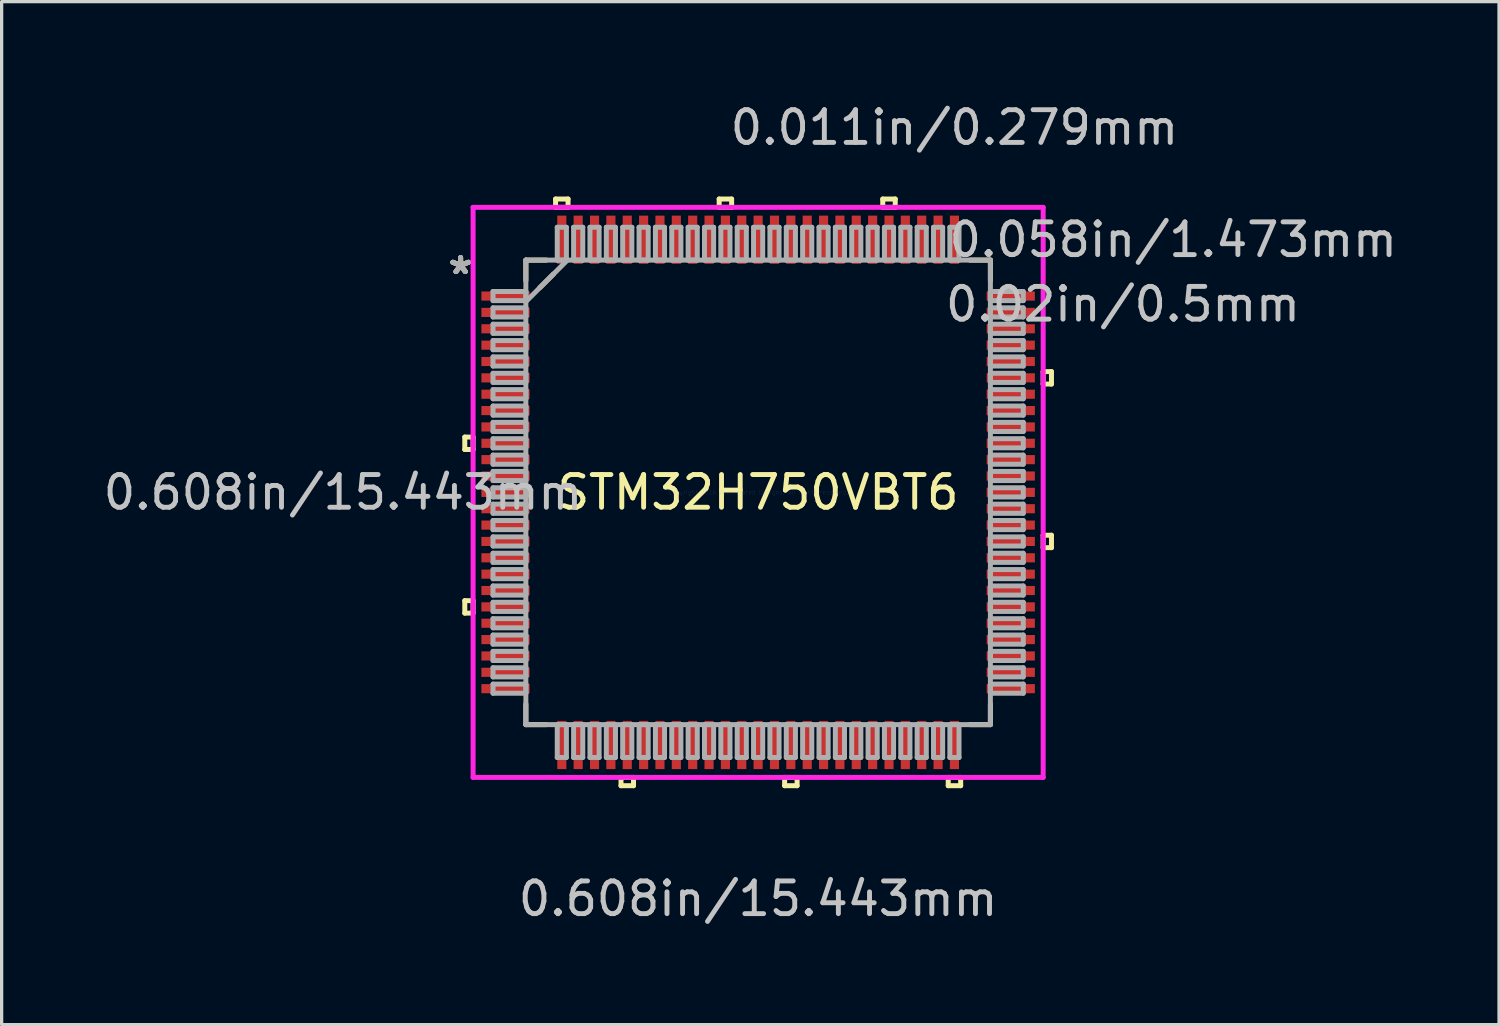
<source format=kicad_pcb>
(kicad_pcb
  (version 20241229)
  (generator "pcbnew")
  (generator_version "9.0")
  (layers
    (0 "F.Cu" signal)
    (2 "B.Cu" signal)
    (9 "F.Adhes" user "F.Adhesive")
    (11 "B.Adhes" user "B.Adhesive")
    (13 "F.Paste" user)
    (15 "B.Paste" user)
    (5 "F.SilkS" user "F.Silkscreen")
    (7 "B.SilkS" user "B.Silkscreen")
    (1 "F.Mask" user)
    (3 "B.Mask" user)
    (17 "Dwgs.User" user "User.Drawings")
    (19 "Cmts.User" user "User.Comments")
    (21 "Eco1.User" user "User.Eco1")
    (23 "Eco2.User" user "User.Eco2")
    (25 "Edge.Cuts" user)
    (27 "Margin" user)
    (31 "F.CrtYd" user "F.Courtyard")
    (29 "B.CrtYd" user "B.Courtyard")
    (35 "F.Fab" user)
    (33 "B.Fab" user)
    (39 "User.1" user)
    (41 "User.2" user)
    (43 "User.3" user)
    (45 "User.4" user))
  (footprint "STM32H750VBT6"
    (layer "F.Cu")
    (at 20.122 11.999)
    (property "Reference" "STM32H750VBT6" (at 0 0 0) (layer "F.SilkS") (effects (font (size 1 1) (thickness 0.15))))
    (attr through_hole)
    (fp_line (start -8.966 -1.69) (end -8.966 -1.31) (stroke (width 0.152) (type solid)) (layer "F.SilkS"))
    (fp_line (start -8.966 -1.31) (end -8.712 -1.31) (stroke (width 0.152) (type solid)) (layer "F.SilkS"))
    (fp_line (start -8.966 3.31) (end -8.966 3.691) (stroke (width 0.152) (type solid)) (layer "F.SilkS"))
    (fp_line (start -8.966 3.691) (end -8.712 3.691) (stroke (width 0.152) (type solid)) (layer "F.SilkS"))
    (fp_line (start -8.712 -1.69) (end -8.966 -1.69) (stroke (width 0.152) (type solid)) (layer "F.SilkS"))
    (fp_line (start -8.712 -1.31) (end -8.712 -1.69) (stroke (width 0.152) (type solid)) (layer "F.SilkS"))
    (fp_line (start -8.712 3.31) (end -8.966 3.31) (stroke (width 0.152) (type solid)) (layer "F.SilkS"))
    (fp_line (start -8.712 3.691) (end -8.712 3.31) (stroke (width 0.152) (type solid)) (layer "F.SilkS"))
    (fp_line (start -7.099 -7.099) (end -7.099 -6.472) (stroke (width 0.152) (type solid)) (layer "F.SilkS"))
    (fp_line (start -7.099 6.472) (end -7.099 7.099) (stroke (width 0.152) (type solid)) (layer "F.SilkS"))
    (fp_line (start -7.099 7.099) (end -6.472 7.099) (stroke (width 0.152) (type solid)) (layer "F.SilkS"))
    (fp_line (start -6.673 -6.256) (end -6.256 -6.673) (stroke (width 0.152) (type solid)) (layer "F.SilkS"))
    (fp_line (start -6.472 -7.099) (end -7.099 -7.099) (stroke (width 0.152) (type solid)) (layer "F.SilkS"))
    (fp_line (start -6.191 -8.966) (end -5.81 -8.966) (stroke (width 0.152) (type solid)) (layer "F.SilkS"))
    (fp_line (start -6.191 -8.712) (end -6.191 -8.966) (stroke (width 0.152) (type solid)) (layer "F.SilkS"))
    (fp_line (start -5.81 -8.966) (end -5.81 -8.712) (stroke (width 0.152) (type solid)) (layer "F.SilkS"))
    (fp_line (start -5.81 -8.712) (end -6.191 -8.712) (stroke (width 0.152) (type solid)) (layer "F.SilkS"))
    (fp_line (start -4.191 8.712) (end -4.191 8.966) (stroke (width 0.152) (type solid)) (layer "F.SilkS"))
    (fp_line (start -4.191 8.966) (end -3.809 8.966) (stroke (width 0.152) (type solid)) (layer "F.SilkS"))
    (fp_line (start -3.809 8.712) (end -4.191 8.712) (stroke (width 0.152) (type solid)) (layer "F.SilkS"))
    (fp_line (start -3.809 8.966) (end -3.809 8.712) (stroke (width 0.152) (type solid)) (layer "F.SilkS"))
    (fp_line (start -1.191 -8.966) (end -0.81 -8.966) (stroke (width 0.152) (type solid)) (layer "F.SilkS"))
    (fp_line (start -1.191 -8.712) (end -1.191 -8.966) (stroke (width 0.152) (type solid)) (layer "F.SilkS"))
    (fp_line (start -0.81 -8.966) (end -0.81 -8.712) (stroke (width 0.152) (type solid)) (layer "F.SilkS"))
    (fp_line (start -0.81 -8.712) (end -1.191 -8.712) (stroke (width 0.152) (type solid)) (layer "F.SilkS"))
    (fp_line (start 0.81 8.712) (end 0.81 8.966) (stroke (width 0.152) (type solid)) (layer "F.SilkS"))
    (fp_line (start 0.81 8.966) (end 1.191 8.966) (stroke (width 0.152) (type solid)) (layer "F.SilkS"))
    (fp_line (start 1.191 8.712) (end 0.81 8.712) (stroke (width 0.152) (type solid)) (layer "F.SilkS"))
    (fp_line (start 1.191 8.966) (end 1.191 8.712) (stroke (width 0.152) (type solid)) (layer "F.SilkS"))
    (fp_line (start 3.809 -8.966) (end 4.191 -8.966) (stroke (width 0.152) (type solid)) (layer "F.SilkS"))
    (fp_line (start 3.809 -8.712) (end 3.809 -8.966) (stroke (width 0.152) (type solid)) (layer "F.SilkS"))
    (fp_line (start 4.191 -8.966) (end 4.191 -8.712) (stroke (width 0.152) (type solid)) (layer "F.SilkS"))
    (fp_line (start 4.191 -8.712) (end 3.809 -8.712) (stroke (width 0.152) (type solid)) (layer "F.SilkS"))
    (fp_line (start 5.81 8.712) (end 5.81 8.966) (stroke (width 0.152) (type solid)) (layer "F.SilkS"))
    (fp_line (start 5.81 8.966) (end 6.191 8.966) (stroke (width 0.152) (type solid)) (layer "F.SilkS"))
    (fp_line (start 6.191 8.712) (end 5.81 8.712) (stroke (width 0.152) (type solid)) (layer "F.SilkS"))
    (fp_line (start 6.191 8.966) (end 6.191 8.712) (stroke (width 0.152) (type solid)) (layer "F.SilkS"))
    (fp_line (start 6.472 7.099) (end 7.099 7.099) (stroke (width 0.152) (type solid)) (layer "F.SilkS"))
    (fp_line (start 7.099 -7.099) (end 6.472 -7.099) (stroke (width 0.152) (type solid)) (layer "F.SilkS"))
    (fp_line (start 7.099 -6.472) (end 7.099 -7.099) (stroke (width 0.152) (type solid)) (layer "F.SilkS"))
    (fp_line (start 7.099 7.099) (end 7.099 6.472) (stroke (width 0.152) (type solid)) (layer "F.SilkS"))
    (fp_line (start 8.712 -3.691) (end 8.966 -3.691) (stroke (width 0.152) (type solid)) (layer "F.SilkS"))
    (fp_line (start 8.712 -3.31) (end 8.712 -3.691) (stroke (width 0.152) (type solid)) (layer "F.SilkS"))
    (fp_line (start 8.712 1.31) (end 8.966 1.31) (stroke (width 0.152) (type solid)) (layer "F.SilkS"))
    (fp_line (start 8.712 1.69) (end 8.712 1.31) (stroke (width 0.152) (type solid)) (layer "F.SilkS"))
    (fp_line (start 8.966 -3.691) (end 8.966 -3.31) (stroke (width 0.152) (type solid)) (layer "F.SilkS"))
    (fp_line (start 8.966 -3.31) (end 8.712 -3.31) (stroke (width 0.152) (type solid)) (layer "F.SilkS"))
    (fp_line (start 8.966 1.31) (end 8.966 1.69) (stroke (width 0.152) (type solid)) (layer "F.SilkS"))
    (fp_line (start 8.966 1.69) (end 8.712 1.69) (stroke (width 0.152) (type solid)) (layer "F.SilkS"))
    (fp_line (start -8.712 -8.712) (end 8.712 -8.712) (stroke (width 0.152) (type solid)) (layer "F.CrtYd"))
    (fp_line (start -8.712 8.712) (end -8.712 -8.712) (stroke (width 0.152) (type solid)) (layer "F.CrtYd"))
    (fp_line (start 8.712 -8.712) (end 8.712 8.712) (stroke (width 0.152) (type solid)) (layer "F.CrtYd"))
    (fp_line (start 8.712 8.712) (end -8.712 8.712) (stroke (width 0.152) (type solid)) (layer "F.CrtYd"))
    (fp_line (start -8.103 -6.14) (end -8.103 -5.86) (stroke (width 0.152) (type solid)) (layer "F.Fab"))
    (fp_line (start -8.103 -5.86) (end -7.099 -5.86) (stroke (width 0.152) (type solid)) (layer "F.Fab"))
    (fp_line (start -8.103 -5.64) (end -8.103 -5.36) (stroke (width 0.152) (type solid)) (layer "F.Fab"))
    (fp_line (start -8.103 -5.36) (end -7.099 -5.36) (stroke (width 0.152) (type solid)) (layer "F.Fab"))
    (fp_line (start -8.103 -5.14) (end -8.103 -4.86) (stroke (width 0.152) (type solid)) (layer "F.Fab"))
    (fp_line (start -8.103 -4.86) (end -7.099 -4.86) (stroke (width 0.152) (type solid)) (layer "F.Fab"))
    (fp_line (start -8.103 -4.64) (end -8.103 -4.36) (stroke (width 0.152) (type solid)) (layer "F.Fab"))
    (fp_line (start -8.103 -4.36) (end -7.099 -4.36) (stroke (width 0.152) (type solid)) (layer "F.Fab"))
    (fp_line (start -8.103 -4.14) (end -8.103 -3.86) (stroke (width 0.152) (type solid)) (layer "F.Fab"))
    (fp_line (start -8.103 -3.86) (end -7.099 -3.86) (stroke (width 0.152) (type solid)) (layer "F.Fab"))
    (fp_line (start -8.103 -3.64) (end -8.103 -3.36) (stroke (width 0.152) (type solid)) (layer "F.Fab"))
    (fp_line (start -8.103 -3.36) (end -7.099 -3.36) (stroke (width 0.152) (type solid)) (layer "F.Fab"))
    (fp_line (start -8.103 -3.14) (end -8.103 -2.86) (stroke (width 0.152) (type solid)) (layer "F.Fab"))
    (fp_line (start -8.103 -2.86) (end -7.099 -2.86) (stroke (width 0.152) (type solid)) (layer "F.Fab"))
    (fp_line (start -8.103 -2.64) (end -8.103 -2.36) (stroke (width 0.152) (type solid)) (layer "F.Fab"))
    (fp_line (start -8.103 -2.36) (end -7.099 -2.36) (stroke (width 0.152) (type solid)) (layer "F.Fab"))
    (fp_line (start -8.103 -2.14) (end -8.103 -1.86) (stroke (width 0.152) (type solid)) (layer "F.Fab"))
    (fp_line (start -8.103 -1.86) (end -7.099 -1.86) (stroke (width 0.152) (type solid)) (layer "F.Fab"))
    (fp_line (start -8.103 -1.64) (end -8.103 -1.36) (stroke (width 0.152) (type solid)) (layer "F.Fab"))
    (fp_line (start -8.103 -1.36) (end -7.099 -1.36) (stroke (width 0.152) (type solid)) (layer "F.Fab"))
    (fp_line (start -8.103 -1.14) (end -8.103 -0.86) (stroke (width 0.152) (type solid)) (layer "F.Fab"))
    (fp_line (start -8.103 -0.86) (end -7.099 -0.86) (stroke (width 0.152) (type solid)) (layer "F.Fab"))
    (fp_line (start -8.103 -0.64) (end -8.103 -0.36) (stroke (width 0.152) (type solid)) (layer "F.Fab"))
    (fp_line (start -8.103 -0.36) (end -7.099 -0.36) (stroke (width 0.152) (type solid)) (layer "F.Fab"))
    (fp_line (start -8.103 -0.14) (end -8.103 0.14) (stroke (width 0.152) (type solid)) (layer "F.Fab"))
    (fp_line (start -8.103 0.14) (end -7.099 0.14) (stroke (width 0.152) (type solid)) (layer "F.Fab"))
    (fp_line (start -8.103 0.36) (end -8.103 0.64) (stroke (width 0.152) (type solid)) (layer "F.Fab"))
    (fp_line (start -8.103 0.64) (end -7.099 0.64) (stroke (width 0.152) (type solid)) (layer "F.Fab"))
    (fp_line (start -8.103 0.86) (end -8.103 1.14) (stroke (width 0.152) (type solid)) (layer "F.Fab"))
    (fp_line (start -8.103 1.14) (end -7.099 1.14) (stroke (width 0.152) (type solid)) (layer "F.Fab"))
    (fp_line (start -8.103 1.36) (end -8.103 1.64) (stroke (width 0.152) (type solid)) (layer "F.Fab"))
    (fp_line (start -8.103 1.64) (end -7.099 1.64) (stroke (width 0.152) (type solid)) (layer "F.Fab"))
    (fp_line (start -8.103 1.86) (end -8.103 2.14) (stroke (width 0.152) (type solid)) (layer "F.Fab"))
    (fp_line (start -8.103 2.14) (end -7.099 2.14) (stroke (width 0.152) (type solid)) (layer "F.Fab"))
    (fp_line (start -8.103 2.36) (end -8.103 2.64) (stroke (width 0.152) (type solid)) (layer "F.Fab"))
    (fp_line (start -8.103 2.64) (end -7.099 2.64) (stroke (width 0.152) (type solid)) (layer "F.Fab"))
    (fp_line (start -8.103 2.86) (end -8.103 3.14) (stroke (width 0.152) (type solid)) (layer "F.Fab"))
    (fp_line (start -8.103 3.14) (end -7.099 3.14) (stroke (width 0.152) (type solid)) (layer "F.Fab"))
    (fp_line (start -8.103 3.36) (end -8.103 3.64) (stroke (width 0.152) (type solid)) (layer "F.Fab"))
    (fp_line (start -8.103 3.64) (end -7.099 3.64) (stroke (width 0.152) (type solid)) (layer "F.Fab"))
    (fp_line (start -8.103 3.86) (end -8.103 4.14) (stroke (width 0.152) (type solid)) (layer "F.Fab"))
    (fp_line (start -8.103 4.14) (end -7.099 4.14) (stroke (width 0.152) (type solid)) (layer "F.Fab"))
    (fp_line (start -8.103 4.36) (end -8.103 4.64) (stroke (width 0.152) (type solid)) (layer "F.Fab"))
    (fp_line (start -8.103 4.64) (end -7.099 4.64) (stroke (width 0.152) (type solid)) (layer "F.Fab"))
    (fp_line (start -8.103 4.86) (end -8.103 5.14) (stroke (width 0.152) (type solid)) (layer "F.Fab"))
    (fp_line (start -8.103 5.14) (end -7.099 5.14) (stroke (width 0.152) (type solid)) (layer "F.Fab"))
    (fp_line (start -8.103 5.36) (end -8.103 5.64) (stroke (width 0.152) (type solid)) (layer "F.Fab"))
    (fp_line (start -8.103 5.64) (end -7.099 5.64) (stroke (width 0.152) (type solid)) (layer "F.Fab"))
    (fp_line (start -8.103 5.86) (end -8.103 6.14) (stroke (width 0.152) (type solid)) (layer "F.Fab"))
    (fp_line (start -8.103 6.14) (end -7.099 6.14) (stroke (width 0.152) (type solid)) (layer "F.Fab"))
    (fp_line (start -7.099 -7.099) (end -7.099 -7.099) (stroke (width 0.152) (type solid)) (layer "F.Fab"))
    (fp_line (start -7.099 -7.099) (end -7.099 7.099) (stroke (width 0.152) (type solid)) (layer "F.Fab"))
    (fp_line (start -7.099 -6.14) (end -8.103 -6.14) (stroke (width 0.152) (type solid)) (layer "F.Fab"))
    (fp_line (start -7.099 -5.86) (end -7.099 -6.14) (stroke (width 0.152) (type solid)) (layer "F.Fab"))
    (fp_line (start -7.099 -5.829) (end -5.829 -7.099) (stroke (width 0.152) (type solid)) (layer "F.Fab"))
    (fp_line (start -7.099 -5.64) (end -8.103 -5.64) (stroke (width 0.152) (type solid)) (layer "F.Fab"))
    (fp_line (start -7.099 -5.36) (end -7.099 -5.64) (stroke (width 0.152) (type solid)) (layer "F.Fab"))
    (fp_line (start -7.099 -5.14) (end -8.103 -5.14) (stroke (width 0.152) (type solid)) (layer "F.Fab"))
    (fp_line (start -7.099 -4.86) (end -7.099 -5.14) (stroke (width 0.152) (type solid)) (layer "F.Fab"))
    (fp_line (start -7.099 -4.64) (end -8.103 -4.64) (stroke (width 0.152) (type solid)) (layer "F.Fab"))
    (fp_line (start -7.099 -4.36) (end -7.099 -4.64) (stroke (width 0.152) (type solid)) (layer "F.Fab"))
    (fp_line (start -7.099 -4.14) (end -8.103 -4.14) (stroke (width 0.152) (type solid)) (layer "F.Fab"))
    (fp_line (start -7.099 -3.86) (end -7.099 -4.14) (stroke (width 0.152) (type solid)) (layer "F.Fab"))
    (fp_line (start -7.099 -3.64) (end -8.103 -3.64) (stroke (width 0.152) (type solid)) (layer "F.Fab"))
    (fp_line (start -7.099 -3.36) (end -7.099 -3.64) (stroke (width 0.152) (type solid)) (layer "F.Fab"))
    (fp_line (start -7.099 -3.14) (end -8.103 -3.14) (stroke (width 0.152) (type solid)) (layer "F.Fab"))
    (fp_line (start -7.099 -2.86) (end -7.099 -3.14) (stroke (width 0.152) (type solid)) (layer "F.Fab"))
    (fp_line (start -7.099 -2.64) (end -8.103 -2.64) (stroke (width 0.152) (type solid)) (layer "F.Fab"))
    (fp_line (start -7.099 -2.36) (end -7.099 -2.64) (stroke (width 0.152) (type solid)) (layer "F.Fab"))
    (fp_line (start -7.099 -2.14) (end -8.103 -2.14) (stroke (width 0.152) (type solid)) (layer "F.Fab"))
    (fp_line (start -7.099 -1.86) (end -7.099 -2.14) (stroke (width 0.152) (type solid)) (layer "F.Fab"))
    (fp_line (start -7.099 -1.64) (end -8.103 -1.64) (stroke (width 0.152) (type solid)) (layer "F.Fab"))
    (fp_line (start -7.099 -1.36) (end -7.099 -1.64) (stroke (width 0.152) (type solid)) (layer "F.Fab"))
    (fp_line (start -7.099 -1.14) (end -8.103 -1.14) (stroke (width 0.152) (type solid)) (layer "F.Fab"))
    (fp_line (start -7.099 -0.86) (end -7.099 -1.14) (stroke (width 0.152) (type solid)) (layer "F.Fab"))
    (fp_line (start -7.099 -0.64) (end -8.103 -0.64) (stroke (width 0.152) (type solid)) (layer "F.Fab"))
    (fp_line (start -7.099 -0.36) (end -7.099 -0.64) (stroke (width 0.152) (type solid)) (layer "F.Fab"))
    (fp_line (start -7.099 -0.14) (end -8.103 -0.14) (stroke (width 0.152) (type solid)) (layer "F.Fab"))
    (fp_line (start -7.099 0.14) (end -7.099 -0.14) (stroke (width 0.152) (type solid)) (layer "F.Fab"))
    (fp_line (start -7.099 0.36) (end -8.103 0.36) (stroke (width 0.152) (type solid)) (layer "F.Fab"))
    (fp_line (start -7.099 0.64) (end -7.099 0.36) (stroke (width 0.152) (type solid)) (layer "F.Fab"))
    (fp_line (start -7.099 0.86) (end -8.103 0.86) (stroke (width 0.152) (type solid)) (layer "F.Fab"))
    (fp_line (start -7.099 1.14) (end -7.099 0.86) (stroke (width 0.152) (type solid)) (layer "F.Fab"))
    (fp_line (start -7.099 1.36) (end -8.103 1.36) (stroke (width 0.152) (type solid)) (layer "F.Fab"))
    (fp_line (start -7.099 1.64) (end -7.099 1.36) (stroke (width 0.152) (type solid)) (layer "F.Fab"))
    (fp_line (start -7.099 1.86) (end -8.103 1.86) (stroke (width 0.152) (type solid)) (layer "F.Fab"))
    (fp_line (start -7.099 2.14) (end -7.099 1.86) (stroke (width 0.152) (type solid)) (layer "F.Fab"))
    (fp_line (start -7.099 2.36) (end -8.103 2.36) (stroke (width 0.152) (type solid)) (layer "F.Fab"))
    (fp_line (start -7.099 2.64) (end -7.099 2.36) (stroke (width 0.152) (type solid)) (layer "F.Fab"))
    (fp_line (start -7.099 2.86) (end -8.103 2.86) (stroke (width 0.152) (type solid)) (layer "F.Fab"))
    (fp_line (start -7.099 3.14) (end -7.099 2.86) (stroke (width 0.152) (type solid)) (layer "F.Fab"))
    (fp_line (start -7.099 3.36) (end -8.103 3.36) (stroke (width 0.152) (type solid)) (layer "F.Fab"))
    (fp_line (start -7.099 3.64) (end -7.099 3.36) (stroke (width 0.152) (type solid)) (layer "F.Fab"))
    (fp_line (start -7.099 3.86) (end -8.103 3.86) (stroke (width 0.152) (type solid)) (layer "F.Fab"))
    (fp_line (start -7.099 4.14) (end -7.099 3.86) (stroke (width 0.152) (type solid)) (layer "F.Fab"))
    (fp_line (start -7.099 4.36) (end -8.103 4.36) (stroke (width 0.152) (type solid)) (layer "F.Fab"))
    (fp_line (start -7.099 4.64) (end -7.099 4.36) (stroke (width 0.152) (type solid)) (layer "F.Fab"))
    (fp_line (start -7.099 4.86) (end -8.103 4.86) (stroke (width 0.152) (type solid)) (layer "F.Fab"))
    (fp_line (start -7.099 5.14) (end -7.099 4.86) (stroke (width 0.152) (type solid)) (layer "F.Fab"))
    (fp_line (start -7.099 5.36) (end -8.103 5.36) (stroke (width 0.152) (type solid)) (layer "F.Fab"))
    (fp_line (start -7.099 5.64) (end -7.099 5.36) (stroke (width 0.152) (type solid)) (layer "F.Fab"))
    (fp_line (start -7.099 5.86) (end -8.103 5.86) (stroke (width 0.152) (type solid)) (layer "F.Fab"))
    (fp_line (start -7.099 6.14) (end -7.099 5.86) (stroke (width 0.152) (type solid)) (layer "F.Fab"))
    (fp_line (start -7.099 7.099) (end -7.099 7.099) (stroke (width 0.152) (type solid)) (layer "F.Fab"))
    (fp_line (start -7.099 7.099) (end 7.099 7.099) (stroke (width 0.152) (type solid)) (layer "F.Fab"))
    (fp_line (start -6.14 -8.103) (end -6.14 -7.099) (stroke (width 0.152) (type solid)) (layer "F.Fab"))
    (fp_line (start -6.14 -7.099) (end -5.86 -7.099) (stroke (width 0.152) (type solid)) (layer "F.Fab"))
    (fp_line (start -6.14 7.099) (end -6.14 8.103) (stroke (width 0.152) (type solid)) (layer "F.Fab"))
    (fp_line (start -6.14 8.103) (end -5.86 8.103) (stroke (width 0.152) (type solid)) (layer "F.Fab"))
    (fp_line (start -5.86 -8.103) (end -6.14 -8.103) (stroke (width 0.152) (type solid)) (layer "F.Fab"))
    (fp_line (start -5.86 -7.099) (end -5.86 -8.103) (stroke (width 0.152) (type solid)) (layer "F.Fab"))
    (fp_line (start -5.86 7.099) (end -6.14 7.099) (stroke (width 0.152) (type solid)) (layer "F.Fab"))
    (fp_line (start -5.86 8.103) (end -5.86 7.099) (stroke (width 0.152) (type solid)) (layer "F.Fab"))
    (fp_line (start -5.64 -8.103) (end -5.64 -7.099) (stroke (width 0.152) (type solid)) (layer "F.Fab"))
    (fp_line (start -5.64 -7.099) (end -5.36 -7.099) (stroke (width 0.152) (type solid)) (layer "F.Fab"))
    (fp_line (start -5.64 7.099) (end -5.64 8.103) (stroke (width 0.152) (type solid)) (layer "F.Fab"))
    (fp_line (start -5.64 8.103) (end -5.36 8.103) (stroke (width 0.152) (type solid)) (layer "F.Fab"))
    (fp_line (start -5.36 -8.103) (end -5.64 -8.103) (stroke (width 0.152) (type solid)) (layer "F.Fab"))
    (fp_line (start -5.36 -7.099) (end -5.36 -8.103) (stroke (width 0.152) (type solid)) (layer "F.Fab"))
    (fp_line (start -5.36 7.099) (end -5.64 7.099) (stroke (width 0.152) (type solid)) (layer "F.Fab"))
    (fp_line (start -5.36 8.103) (end -5.36 7.099) (stroke (width 0.152) (type solid)) (layer "F.Fab"))
    (fp_line (start -5.14 -8.103) (end -5.14 -7.099) (stroke (width 0.152) (type solid)) (layer "F.Fab"))
    (fp_line (start -5.14 -7.099) (end -4.86 -7.099) (stroke (width 0.152) (type solid)) (layer "F.Fab"))
    (fp_line (start -5.14 7.099) (end -5.14 8.103) (stroke (width 0.152) (type solid)) (layer "F.Fab"))
    (fp_line (start -5.14 8.103) (end -4.86 8.103) (stroke (width 0.152) (type solid)) (layer "F.Fab"))
    (fp_line (start -4.86 -8.103) (end -5.14 -8.103) (stroke (width 0.152) (type solid)) (layer "F.Fab"))
    (fp_line (start -4.86 -7.099) (end -4.86 -8.103) (stroke (width 0.152) (type solid)) (layer "F.Fab"))
    (fp_line (start -4.86 7.099) (end -5.14 7.099) (stroke (width 0.152) (type solid)) (layer "F.Fab"))
    (fp_line (start -4.86 8.103) (end -4.86 7.099) (stroke (width 0.152) (type solid)) (layer "F.Fab"))
    (fp_line (start -4.64 -8.103) (end -4.64 -7.099) (stroke (width 0.152) (type solid)) (layer "F.Fab"))
    (fp_line (start -4.64 -7.099) (end -4.36 -7.099) (stroke (width 0.152) (type solid)) (layer "F.Fab"))
    (fp_line (start -4.64 7.099) (end -4.64 8.103) (stroke (width 0.152) (type solid)) (layer "F.Fab"))
    (fp_line (start -4.64 8.103) (end -4.36 8.103) (stroke (width 0.152) (type solid)) (layer "F.Fab"))
    (fp_line (start -4.36 -8.103) (end -4.64 -8.103) (stroke (width 0.152) (type solid)) (layer "F.Fab"))
    (fp_line (start -4.36 -7.099) (end -4.36 -8.103) (stroke (width 0.152) (type solid)) (layer "F.Fab"))
    (fp_line (start -4.36 7.099) (end -4.64 7.099) (stroke (width 0.152) (type solid)) (layer "F.Fab"))
    (fp_line (start -4.36 8.103) (end -4.36 7.099) (stroke (width 0.152) (type solid)) (layer "F.Fab"))
    (fp_line (start -4.14 -8.103) (end -4.14 -7.099) (stroke (width 0.152) (type solid)) (layer "F.Fab"))
    (fp_line (start -4.14 -7.099) (end -3.86 -7.099) (stroke (width 0.152) (type solid)) (layer "F.Fab"))
    (fp_line (start -4.14 7.099) (end -4.14 8.103) (stroke (width 0.152) (type solid)) (layer "F.Fab"))
    (fp_line (start -4.14 8.103) (end -3.86 8.103) (stroke (width 0.152) (type solid)) (layer "F.Fab"))
    (fp_line (start -3.86 -8.103) (end -4.14 -8.103) (stroke (width 0.152) (type solid)) (layer "F.Fab"))
    (fp_line (start -3.86 -7.099) (end -3.86 -8.103) (stroke (width 0.152) (type solid)) (layer "F.Fab"))
    (fp_line (start -3.86 7.099) (end -4.14 7.099) (stroke (width 0.152) (type solid)) (layer "F.Fab"))
    (fp_line (start -3.86 8.103) (end -3.86 7.099) (stroke (width 0.152) (type solid)) (layer "F.Fab"))
    (fp_line (start -3.64 -8.103) (end -3.64 -7.099) (stroke (width 0.152) (type solid)) (layer "F.Fab"))
    (fp_line (start -3.64 -7.099) (end -3.36 -7.099) (stroke (width 0.152) (type solid)) (layer "F.Fab"))
    (fp_line (start -3.64 7.099) (end -3.64 8.103) (stroke (width 0.152) (type solid)) (layer "F.Fab"))
    (fp_line (start -3.64 8.103) (end -3.36 8.103) (stroke (width 0.152) (type solid)) (layer "F.Fab"))
    (fp_line (start -3.36 -8.103) (end -3.64 -8.103) (stroke (width 0.152) (type solid)) (layer "F.Fab"))
    (fp_line (start -3.36 -7.099) (end -3.36 -8.103) (stroke (width 0.152) (type solid)) (layer "F.Fab"))
    (fp_line (start -3.36 7.099) (end -3.64 7.099) (stroke (width 0.152) (type solid)) (layer "F.Fab"))
    (fp_line (start -3.36 8.103) (end -3.36 7.099) (stroke (width 0.152) (type solid)) (layer "F.Fab"))
    (fp_line (start -3.14 -8.103) (end -3.14 -7.099) (stroke (width 0.152) (type solid)) (layer "F.Fab"))
    (fp_line (start -3.14 -7.099) (end -2.86 -7.099) (stroke (width 0.152) (type solid)) (layer "F.Fab"))
    (fp_line (start -3.14 7.099) (end -3.14 8.103) (stroke (width 0.152) (type solid)) (layer "F.Fab"))
    (fp_line (start -3.14 8.103) (end -2.86 8.103) (stroke (width 0.152) (type solid)) (layer "F.Fab"))
    (fp_line (start -2.86 -8.103) (end -3.14 -8.103) (stroke (width 0.152) (type solid)) (layer "F.Fab"))
    (fp_line (start -2.86 -7.099) (end -2.86 -8.103) (stroke (width 0.152) (type solid)) (layer "F.Fab"))
    (fp_line (start -2.86 7.099) (end -3.14 7.099) (stroke (width 0.152) (type solid)) (layer "F.Fab"))
    (fp_line (start -2.86 8.103) (end -2.86 7.099) (stroke (width 0.152) (type solid)) (layer "F.Fab"))
    (fp_line (start -2.64 -8.103) (end -2.64 -7.099) (stroke (width 0.152) (type solid)) (layer "F.Fab"))
    (fp_line (start -2.64 -7.099) (end -2.36 -7.099) (stroke (width 0.152) (type solid)) (layer "F.Fab"))
    (fp_line (start -2.64 7.099) (end -2.64 8.103) (stroke (width 0.152) (type solid)) (layer "F.Fab"))
    (fp_line (start -2.64 8.103) (end -2.36 8.103) (stroke (width 0.152) (type solid)) (layer "F.Fab"))
    (fp_line (start -2.36 -8.103) (end -2.64 -8.103) (stroke (width 0.152) (type solid)) (layer "F.Fab"))
    (fp_line (start -2.36 -7.099) (end -2.36 -8.103) (stroke (width 0.152) (type solid)) (layer "F.Fab"))
    (fp_line (start -2.36 7.099) (end -2.64 7.099) (stroke (width 0.152) (type solid)) (layer "F.Fab"))
    (fp_line (start -2.36 8.103) (end -2.36 7.099) (stroke (width 0.152) (type solid)) (layer "F.Fab"))
    (fp_line (start -2.14 -8.103) (end -2.14 -7.099) (stroke (width 0.152) (type solid)) (layer "F.Fab"))
    (fp_line (start -2.14 -7.099) (end -1.86 -7.099) (stroke (width 0.152) (type solid)) (layer "F.Fab"))
    (fp_line (start -2.14 7.099) (end -2.14 8.103) (stroke (width 0.152) (type solid)) (layer "F.Fab"))
    (fp_line (start -2.14 8.103) (end -1.86 8.103) (stroke (width 0.152) (type solid)) (layer "F.Fab"))
    (fp_line (start -1.86 -8.103) (end -2.14 -8.103) (stroke (width 0.152) (type solid)) (layer "F.Fab"))
    (fp_line (start -1.86 -7.099) (end -1.86 -8.103) (stroke (width 0.152) (type solid)) (layer "F.Fab"))
    (fp_line (start -1.86 7.099) (end -2.14 7.099) (stroke (width 0.152) (type solid)) (layer "F.Fab"))
    (fp_line (start -1.86 8.103) (end -1.86 7.099) (stroke (width 0.152) (type solid)) (layer "F.Fab"))
    (fp_line (start -1.64 -8.103) (end -1.64 -7.099) (stroke (width 0.152) (type solid)) (layer "F.Fab"))
    (fp_line (start -1.64 -7.099) (end -1.36 -7.099) (stroke (width 0.152) (type solid)) (layer "F.Fab"))
    (fp_line (start -1.64 7.099) (end -1.64 8.103) (stroke (width 0.152) (type solid)) (layer "F.Fab"))
    (fp_line (start -1.64 8.103) (end -1.36 8.103) (stroke (width 0.152) (type solid)) (layer "F.Fab"))
    (fp_line (start -1.36 -8.103) (end -1.64 -8.103) (stroke (width 0.152) (type solid)) (layer "F.Fab"))
    (fp_line (start -1.36 -7.099) (end -1.36 -8.103) (stroke (width 0.152) (type solid)) (layer "F.Fab"))
    (fp_line (start -1.36 7.099) (end -1.64 7.099) (stroke (width 0.152) (type solid)) (layer "F.Fab"))
    (fp_line (start -1.36 8.103) (end -1.36 7.099) (stroke (width 0.152) (type solid)) (layer "F.Fab"))
    (fp_line (start -1.14 -8.103) (end -1.14 -7.099) (stroke (width 0.152) (type solid)) (layer "F.Fab"))
    (fp_line (start -1.14 -7.099) (end -0.86 -7.099) (stroke (width 0.152) (type solid)) (layer "F.Fab"))
    (fp_line (start -1.14 7.099) (end -1.14 8.103) (stroke (width 0.152) (type solid)) (layer "F.Fab"))
    (fp_line (start -1.14 8.103) (end -0.86 8.103) (stroke (width 0.152) (type solid)) (layer "F.Fab"))
    (fp_line (start -0.86 -8.103) (end -1.14 -8.103) (stroke (width 0.152) (type solid)) (layer "F.Fab"))
    (fp_line (start -0.86 -7.099) (end -0.86 -8.103) (stroke (width 0.152) (type solid)) (layer "F.Fab"))
    (fp_line (start -0.86 7.099) (end -1.14 7.099) (stroke (width 0.152) (type solid)) (layer "F.Fab"))
    (fp_line (start -0.86 8.103) (end -0.86 7.099) (stroke (width 0.152) (type solid)) (layer "F.Fab"))
    (fp_line (start -0.64 -8.103) (end -0.64 -7.099) (stroke (width 0.152) (type solid)) (layer "F.Fab"))
    (fp_line (start -0.64 -7.099) (end -0.36 -7.099) (stroke (width 0.152) (type solid)) (layer "F.Fab"))
    (fp_line (start -0.64 7.099) (end -0.64 8.103) (stroke (width 0.152) (type solid)) (layer "F.Fab"))
    (fp_line (start -0.64 8.103) (end -0.36 8.103) (stroke (width 0.152) (type solid)) (layer "F.Fab"))
    (fp_line (start -0.36 -8.103) (end -0.64 -8.103) (stroke (width 0.152) (type solid)) (layer "F.Fab"))
    (fp_line (start -0.36 -7.099) (end -0.36 -8.103) (stroke (width 0.152) (type solid)) (layer "F.Fab"))
    (fp_line (start -0.36 7.099) (end -0.64 7.099) (stroke (width 0.152) (type solid)) (layer "F.Fab"))
    (fp_line (start -0.36 8.103) (end -0.36 7.099) (stroke (width 0.152) (type solid)) (layer "F.Fab"))
    (fp_line (start -0.14 -8.103) (end -0.14 -7.099) (stroke (width 0.152) (type solid)) (layer "F.Fab"))
    (fp_line (start -0.14 -7.099) (end 0.14 -7.099) (stroke (width 0.152) (type solid)) (layer "F.Fab"))
    (fp_line (start -0.14 7.099) (end -0.14 8.103) (stroke (width 0.152) (type solid)) (layer "F.Fab"))
    (fp_line (start -0.14 8.103) (end 0.14 8.103) (stroke (width 0.152) (type solid)) (layer "F.Fab"))
    (fp_line (start 0.14 -8.103) (end -0.14 -8.103) (stroke (width 0.152) (type solid)) (layer "F.Fab"))
    (fp_line (start 0.14 -7.099) (end 0.14 -8.103) (stroke (width 0.152) (type solid)) (layer "F.Fab"))
    (fp_line (start 0.14 7.099) (end -0.14 7.099) (stroke (width 0.152) (type solid)) (layer "F.Fab"))
    (fp_line (start 0.14 8.103) (end 0.14 7.099) (stroke (width 0.152) (type solid)) (layer "F.Fab"))
    (fp_line (start 0.36 -8.103) (end 0.36 -7.099) (stroke (width 0.152) (type solid)) (layer "F.Fab"))
    (fp_line (start 0.36 -7.099) (end 0.64 -7.099) (stroke (width 0.152) (type solid)) (layer "F.Fab"))
    (fp_line (start 0.36 7.099) (end 0.36 8.103) (stroke (width 0.152) (type solid)) (layer "F.Fab"))
    (fp_line (start 0.36 8.103) (end 0.64 8.103) (stroke (width 0.152) (type solid)) (layer "F.Fab"))
    (fp_line (start 0.64 -8.103) (end 0.36 -8.103) (stroke (width 0.152) (type solid)) (layer "F.Fab"))
    (fp_line (start 0.64 -7.099) (end 0.64 -8.103) (stroke (width 0.152) (type solid)) (layer "F.Fab"))
    (fp_line (start 0.64 7.099) (end 0.36 7.099) (stroke (width 0.152) (type solid)) (layer "F.Fab"))
    (fp_line (start 0.64 8.103) (end 0.64 7.099) (stroke (width 0.152) (type solid)) (layer "F.Fab"))
    (fp_line (start 0.86 -8.103) (end 0.86 -7.099) (stroke (width 0.152) (type solid)) (layer "F.Fab"))
    (fp_line (start 0.86 -7.099) (end 1.14 -7.099) (stroke (width 0.152) (type solid)) (layer "F.Fab"))
    (fp_line (start 0.86 7.099) (end 0.86 8.103) (stroke (width 0.152) (type solid)) (layer "F.Fab"))
    (fp_line (start 0.86 8.103) (end 1.14 8.103) (stroke (width 0.152) (type solid)) (layer "F.Fab"))
    (fp_line (start 1.14 -8.103) (end 0.86 -8.103) (stroke (width 0.152) (type solid)) (layer "F.Fab"))
    (fp_line (start 1.14 -7.099) (end 1.14 -8.103) (stroke (width 0.152) (type solid)) (layer "F.Fab"))
    (fp_line (start 1.14 7.099) (end 0.86 7.099) (stroke (width 0.152) (type solid)) (layer "F.Fab"))
    (fp_line (start 1.14 8.103) (end 1.14 7.099) (stroke (width 0.152) (type solid)) (layer "F.Fab"))
    (fp_line (start 1.36 -8.103) (end 1.36 -7.099) (stroke (width 0.152) (type solid)) (layer "F.Fab"))
    (fp_line (start 1.36 -7.099) (end 1.64 -7.099) (stroke (width 0.152) (type solid)) (layer "F.Fab"))
    (fp_line (start 1.36 7.099) (end 1.36 8.103) (stroke (width 0.152) (type solid)) (layer "F.Fab"))
    (fp_line (start 1.36 8.103) (end 1.64 8.103) (stroke (width 0.152) (type solid)) (layer "F.Fab"))
    (fp_line (start 1.64 -8.103) (end 1.36 -8.103) (stroke (width 0.152) (type solid)) (layer "F.Fab"))
    (fp_line (start 1.64 -7.099) (end 1.64 -8.103) (stroke (width 0.152) (type solid)) (layer "F.Fab"))
    (fp_line (start 1.64 7.099) (end 1.36 7.099) (stroke (width 0.152) (type solid)) (layer "F.Fab"))
    (fp_line (start 1.64 8.103) (end 1.64 7.099) (stroke (width 0.152) (type solid)) (layer "F.Fab"))
    (fp_line (start 1.86 -8.103) (end 1.86 -7.099) (stroke (width 0.152) (type solid)) (layer "F.Fab"))
    (fp_line (start 1.86 -7.099) (end 2.14 -7.099) (stroke (width 0.152) (type solid)) (layer "F.Fab"))
    (fp_line (start 1.86 7.099) (end 1.86 8.103) (stroke (width 0.152) (type solid)) (layer "F.Fab"))
    (fp_line (start 1.86 8.103) (end 2.14 8.103) (stroke (width 0.152) (type solid)) (layer "F.Fab"))
    (fp_line (start 2.14 -8.103) (end 1.86 -8.103) (stroke (width 0.152) (type solid)) (layer "F.Fab"))
    (fp_line (start 2.14 -7.099) (end 2.14 -8.103) (stroke (width 0.152) (type solid)) (layer "F.Fab"))
    (fp_line (start 2.14 7.099) (end 1.86 7.099) (stroke (width 0.152) (type solid)) (layer "F.Fab"))
    (fp_line (start 2.14 8.103) (end 2.14 7.099) (stroke (width 0.152) (type solid)) (layer "F.Fab"))
    (fp_line (start 2.36 -8.103) (end 2.36 -7.099) (stroke (width 0.152) (type solid)) (layer "F.Fab"))
    (fp_line (start 2.36 -7.099) (end 2.64 -7.099) (stroke (width 0.152) (type solid)) (layer "F.Fab"))
    (fp_line (start 2.36 7.099) (end 2.36 8.103) (stroke (width 0.152) (type solid)) (layer "F.Fab"))
    (fp_line (start 2.36 8.103) (end 2.64 8.103) (stroke (width 0.152) (type solid)) (layer "F.Fab"))
    (fp_line (start 2.64 -8.103) (end 2.36 -8.103) (stroke (width 0.152) (type solid)) (layer "F.Fab"))
    (fp_line (start 2.64 -7.099) (end 2.64 -8.103) (stroke (width 0.152) (type solid)) (layer "F.Fab"))
    (fp_line (start 2.64 7.099) (end 2.36 7.099) (stroke (width 0.152) (type solid)) (layer "F.Fab"))
    (fp_line (start 2.64 8.103) (end 2.64 7.099) (stroke (width 0.152) (type solid)) (layer "F.Fab"))
    (fp_line (start 2.86 -8.103) (end 2.86 -7.099) (stroke (width 0.152) (type solid)) (layer "F.Fab"))
    (fp_line (start 2.86 -7.099) (end 3.14 -7.099) (stroke (width 0.152) (type solid)) (layer "F.Fab"))
    (fp_line (start 2.86 7.099) (end 2.86 8.103) (stroke (width 0.152) (type solid)) (layer "F.Fab"))
    (fp_line (start 2.86 8.103) (end 3.14 8.103) (stroke (width 0.152) (type solid)) (layer "F.Fab"))
    (fp_line (start 3.14 -8.103) (end 2.86 -8.103) (stroke (width 0.152) (type solid)) (layer "F.Fab"))
    (fp_line (start 3.14 -7.099) (end 3.14 -8.103) (stroke (width 0.152) (type solid)) (layer "F.Fab"))
    (fp_line (start 3.14 7.099) (end 2.86 7.099) (stroke (width 0.152) (type solid)) (layer "F.Fab"))
    (fp_line (start 3.14 8.103) (end 3.14 7.099) (stroke (width 0.152) (type solid)) (layer "F.Fab"))
    (fp_line (start 3.36 -8.103) (end 3.36 -7.099) (stroke (width 0.152) (type solid)) (layer "F.Fab"))
    (fp_line (start 3.36 -7.099) (end 3.64 -7.099) (stroke (width 0.152) (type solid)) (layer "F.Fab"))
    (fp_line (start 3.36 7.099) (end 3.36 8.103) (stroke (width 0.152) (type solid)) (layer "F.Fab"))
    (fp_line (start 3.36 8.103) (end 3.64 8.103) (stroke (width 0.152) (type solid)) (layer "F.Fab"))
    (fp_line (start 3.64 -8.103) (end 3.36 -8.103) (stroke (width 0.152) (type solid)) (layer "F.Fab"))
    (fp_line (start 3.64 -7.099) (end 3.64 -8.103) (stroke (width 0.152) (type solid)) (layer "F.Fab"))
    (fp_line (start 3.64 7.099) (end 3.36 7.099) (stroke (width 0.152) (type solid)) (layer "F.Fab"))
    (fp_line (start 3.64 8.103) (end 3.64 7.099) (stroke (width 0.152) (type solid)) (layer "F.Fab"))
    (fp_line (start 3.86 -8.103) (end 3.86 -7.099) (stroke (width 0.152) (type solid)) (layer "F.Fab"))
    (fp_line (start 3.86 -7.099) (end 4.14 -7.099) (stroke (width 0.152) (type solid)) (layer "F.Fab"))
    (fp_line (start 3.86 7.099) (end 3.86 8.103) (stroke (width 0.152) (type solid)) (layer "F.Fab"))
    (fp_line (start 3.86 8.103) (end 4.14 8.103) (stroke (width 0.152) (type solid)) (layer "F.Fab"))
    (fp_line (start 4.14 -8.103) (end 3.86 -8.103) (stroke (width 0.152) (type solid)) (layer "F.Fab"))
    (fp_line (start 4.14 -7.099) (end 4.14 -8.103) (stroke (width 0.152) (type solid)) (layer "F.Fab"))
    (fp_line (start 4.14 7.099) (end 3.86 7.099) (stroke (width 0.152) (type solid)) (layer "F.Fab"))
    (fp_line (start 4.14 8.103) (end 4.14 7.099) (stroke (width 0.152) (type solid)) (layer "F.Fab"))
    (fp_line (start 4.36 -8.103) (end 4.36 -7.099) (stroke (width 0.152) (type solid)) (layer "F.Fab"))
    (fp_line (start 4.36 -7.099) (end 4.64 -7.099) (stroke (width 0.152) (type solid)) (layer "F.Fab"))
    (fp_line (start 4.36 7.099) (end 4.36 8.103) (stroke (width 0.152) (type solid)) (layer "F.Fab"))
    (fp_line (start 4.36 8.103) (end 4.64 8.103) (stroke (width 0.152) (type solid)) (layer "F.Fab"))
    (fp_line (start 4.64 -8.103) (end 4.36 -8.103) (stroke (width 0.152) (type solid)) (layer "F.Fab"))
    (fp_line (start 4.64 -7.099) (end 4.64 -8.103) (stroke (width 0.152) (type solid)) (layer "F.Fab"))
    (fp_line (start 4.64 7.099) (end 4.36 7.099) (stroke (width 0.152) (type solid)) (layer "F.Fab"))
    (fp_line (start 4.64 8.103) (end 4.64 7.099) (stroke (width 0.152) (type solid)) (layer "F.Fab"))
    (fp_line (start 4.86 -8.103) (end 4.86 -7.099) (stroke (width 0.152) (type solid)) (layer "F.Fab"))
    (fp_line (start 4.86 -7.099) (end 5.14 -7.099) (stroke (width 0.152) (type solid)) (layer "F.Fab"))
    (fp_line (start 4.86 7.099) (end 4.86 8.103) (stroke (width 0.152) (type solid)) (layer "F.Fab"))
    (fp_line (start 4.86 8.103) (end 5.14 8.103) (stroke (width 0.152) (type solid)) (layer "F.Fab"))
    (fp_line (start 5.14 -8.103) (end 4.86 -8.103) (stroke (width 0.152) (type solid)) (layer "F.Fab"))
    (fp_line (start 5.14 -7.099) (end 5.14 -8.103) (stroke (width 0.152) (type solid)) (layer "F.Fab"))
    (fp_line (start 5.14 7.099) (end 4.86 7.099) (stroke (width 0.152) (type solid)) (layer "F.Fab"))
    (fp_line (start 5.14 8.103) (end 5.14 7.099) (stroke (width 0.152) (type solid)) (layer "F.Fab"))
    (fp_line (start 5.36 -8.103) (end 5.36 -7.099) (stroke (width 0.152) (type solid)) (layer "F.Fab"))
    (fp_line (start 5.36 -7.099) (end 5.64 -7.099) (stroke (width 0.152) (type solid)) (layer "F.Fab"))
    (fp_line (start 5.36 7.099) (end 5.36 8.103) (stroke (width 0.152) (type solid)) (layer "F.Fab"))
    (fp_line (start 5.36 8.103) (end 5.64 8.103) (stroke (width 0.152) (type solid)) (layer "F.Fab"))
    (fp_line (start 5.64 -8.103) (end 5.36 -8.103) (stroke (width 0.152) (type solid)) (layer "F.Fab"))
    (fp_line (start 5.64 -7.099) (end 5.64 -8.103) (stroke (width 0.152) (type solid)) (layer "F.Fab"))
    (fp_line (start 5.64 7.099) (end 5.36 7.099) (stroke (width 0.152) (type solid)) (layer "F.Fab"))
    (fp_line (start 5.64 8.103) (end 5.64 7.099) (stroke (width 0.152) (type solid)) (layer "F.Fab"))
    (fp_line (start 5.86 -8.103) (end 5.86 -7.099) (stroke (width 0.152) (type solid)) (layer "F.Fab"))
    (fp_line (start 5.86 -7.099) (end 6.14 -7.099) (stroke (width 0.152) (type solid)) (layer "F.Fab"))
    (fp_line (start 5.86 7.099) (end 5.86 8.103) (stroke (width 0.152) (type solid)) (layer "F.Fab"))
    (fp_line (start 5.86 8.103) (end 6.14 8.103) (stroke (width 0.152) (type solid)) (layer "F.Fab"))
    (fp_line (start 6.14 -8.103) (end 5.86 -8.103) (stroke (width 0.152) (type solid)) (layer "F.Fab"))
    (fp_line (start 6.14 -7.099) (end 6.14 -8.103) (stroke (width 0.152) (type solid)) (layer "F.Fab"))
    (fp_line (start 6.14 7.099) (end 5.86 7.099) (stroke (width 0.152) (type solid)) (layer "F.Fab"))
    (fp_line (start 6.14 8.103) (end 6.14 7.099) (stroke (width 0.152) (type solid)) (layer "F.Fab"))
    (fp_line (start 7.099 -7.099) (end -7.099 -7.099) (stroke (width 0.152) (type solid)) (layer "F.Fab"))
    (fp_line (start 7.099 -7.099) (end 7.099 -7.099) (stroke (width 0.152) (type solid)) (layer "F.Fab"))
    (fp_line (start 7.099 -6.14) (end 7.099 -5.86) (stroke (width 0.152) (type solid)) (layer "F.Fab"))
    (fp_line (start 7.099 -5.86) (end 8.103 -5.86) (stroke (width 0.152) (type solid)) (layer "F.Fab"))
    (fp_line (start 7.099 -5.64) (end 7.099 -5.36) (stroke (width 0.152) (type solid)) (layer "F.Fab"))
    (fp_line (start 7.099 -5.36) (end 8.103 -5.36) (stroke (width 0.152) (type solid)) (layer "F.Fab"))
    (fp_line (start 7.099 -5.14) (end 7.099 -4.86) (stroke (width 0.152) (type solid)) (layer "F.Fab"))
    (fp_line (start 7.099 -4.86) (end 8.103 -4.86) (stroke (width 0.152) (type solid)) (layer "F.Fab"))
    (fp_line (start 7.099 -4.64) (end 7.099 -4.36) (stroke (width 0.152) (type solid)) (layer "F.Fab"))
    (fp_line (start 7.099 -4.36) (end 8.103 -4.36) (stroke (width 0.152) (type solid)) (layer "F.Fab"))
    (fp_line (start 7.099 -4.14) (end 7.099 -3.86) (stroke (width 0.152) (type solid)) (layer "F.Fab"))
    (fp_line (start 7.099 -3.86) (end 8.103 -3.86) (stroke (width 0.152) (type solid)) (layer "F.Fab"))
    (fp_line (start 7.099 -3.64) (end 7.099 -3.36) (stroke (width 0.152) (type solid)) (layer "F.Fab"))
    (fp_line (start 7.099 -3.36) (end 8.103 -3.36) (stroke (width 0.152) (type solid)) (layer "F.Fab"))
    (fp_line (start 7.099 -3.14) (end 7.099 -2.86) (stroke (width 0.152) (type solid)) (layer "F.Fab"))
    (fp_line (start 7.099 -2.86) (end 8.103 -2.86) (stroke (width 0.152) (type solid)) (layer "F.Fab"))
    (fp_line (start 7.099 -2.64) (end 7.099 -2.36) (stroke (width 0.152) (type solid)) (layer "F.Fab"))
    (fp_line (start 7.099 -2.36) (end 8.103 -2.36) (stroke (width 0.152) (type solid)) (layer "F.Fab"))
    (fp_line (start 7.099 -2.14) (end 7.099 -1.86) (stroke (width 0.152) (type solid)) (layer "F.Fab"))
    (fp_line (start 7.099 -1.86) (end 8.103 -1.86) (stroke (width 0.152) (type solid)) (layer "F.Fab"))
    (fp_line (start 7.099 -1.64) (end 7.099 -1.36) (stroke (width 0.152) (type solid)) (layer "F.Fab"))
    (fp_line (start 7.099 -1.36) (end 8.103 -1.36) (stroke (width 0.152) (type solid)) (layer "F.Fab"))
    (fp_line (start 7.099 -1.14) (end 7.099 -0.86) (stroke (width 0.152) (type solid)) (layer "F.Fab"))
    (fp_line (start 7.099 -0.86) (end 8.103 -0.86) (stroke (width 0.152) (type solid)) (layer "F.Fab"))
    (fp_line (start 7.099 -0.64) (end 7.099 -0.36) (stroke (width 0.152) (type solid)) (layer "F.Fab"))
    (fp_line (start 7.099 -0.36) (end 8.103 -0.36) (stroke (width 0.152) (type solid)) (layer "F.Fab"))
    (fp_line (start 7.099 -0.14) (end 7.099 0.14) (stroke (width 0.152) (type solid)) (layer "F.Fab"))
    (fp_line (start 7.099 0.14) (end 8.103 0.14) (stroke (width 0.152) (type solid)) (layer "F.Fab"))
    (fp_line (start 7.099 0.36) (end 7.099 0.64) (stroke (width 0.152) (type solid)) (layer "F.Fab"))
    (fp_line (start 7.099 0.64) (end 8.103 0.64) (stroke (width 0.152) (type solid)) (layer "F.Fab"))
    (fp_line (start 7.099 0.86) (end 7.099 1.14) (stroke (width 0.152) (type solid)) (layer "F.Fab"))
    (fp_line (start 7.099 1.14) (end 8.103 1.14) (stroke (width 0.152) (type solid)) (layer "F.Fab"))
    (fp_line (start 7.099 1.36) (end 7.099 1.64) (stroke (width 0.152) (type solid)) (layer "F.Fab"))
    (fp_line (start 7.099 1.64) (end 8.103 1.64) (stroke (width 0.152) (type solid)) (layer "F.Fab"))
    (fp_line (start 7.099 1.86) (end 7.099 2.14) (stroke (width 0.152) (type solid)) (layer "F.Fab"))
    (fp_line (start 7.099 2.14) (end 8.103 2.14) (stroke (width 0.152) (type solid)) (layer "F.Fab"))
    (fp_line (start 7.099 2.36) (end 7.099 2.64) (stroke (width 0.152) (type solid)) (layer "F.Fab"))
    (fp_line (start 7.099 2.64) (end 8.103 2.64) (stroke (width 0.152) (type solid)) (layer "F.Fab"))
    (fp_line (start 7.099 2.86) (end 7.099 3.14) (stroke (width 0.152) (type solid)) (layer "F.Fab"))
    (fp_line (start 7.099 3.14) (end 8.103 3.14) (stroke (width 0.152) (type solid)) (layer "F.Fab"))
    (fp_line (start 7.099 3.36) (end 7.099 3.64) (stroke (width 0.152) (type solid)) (layer "F.Fab"))
    (fp_line (start 7.099 3.64) (end 8.103 3.64) (stroke (width 0.152) (type solid)) (layer "F.Fab"))
    (fp_line (start 7.099 3.86) (end 7.099 4.14) (stroke (width 0.152) (type solid)) (layer "F.Fab"))
    (fp_line (start 7.099 4.14) (end 8.103 4.14) (stroke (width 0.152) (type solid)) (layer "F.Fab"))
    (fp_line (start 7.099 4.36) (end 7.099 4.64) (stroke (width 0.152) (type solid)) (layer "F.Fab"))
    (fp_line (start 7.099 4.64) (end 8.103 4.64) (stroke (width 0.152) (type solid)) (layer "F.Fab"))
    (fp_line (start 7.099 4.86) (end 7.099 5.14) (stroke (width 0.152) (type solid)) (layer "F.Fab"))
    (fp_line (start 7.099 5.14) (end 8.103 5.14) (stroke (width 0.152) (type solid)) (layer "F.Fab"))
    (fp_line (start 7.099 5.36) (end 7.099 5.64) (stroke (width 0.152) (type solid)) (layer "F.Fab"))
    (fp_line (start 7.099 5.64) (end 8.103 5.64) (stroke (width 0.152) (type solid)) (layer "F.Fab"))
    (fp_line (start 7.099 5.86) (end 7.099 6.14) (stroke (width 0.152) (type solid)) (layer "F.Fab"))
    (fp_line (start 7.099 6.14) (end 8.103 6.14) (stroke (width 0.152) (type solid)) (layer "F.Fab"))
    (fp_line (start 7.099 7.099) (end 7.099 -7.099) (stroke (width 0.152) (type solid)) (layer "F.Fab"))
    (fp_line (start 7.099 7.099) (end 7.099 7.099) (stroke (width 0.152) (type solid)) (layer "F.Fab"))
    (fp_line (start 8.103 -6.14) (end 7.099 -6.14) (stroke (width 0.152) (type solid)) (layer "F.Fab"))
    (fp_line (start 8.103 -5.86) (end 8.103 -6.14) (stroke (width 0.152) (type solid)) (layer "F.Fab"))
    (fp_line (start 8.103 -5.64) (end 7.099 -5.64) (stroke (width 0.152) (type solid)) (layer "F.Fab"))
    (fp_line (start 8.103 -5.36) (end 8.103 -5.64) (stroke (width 0.152) (type solid)) (layer "F.Fab"))
    (fp_line (start 8.103 -5.14) (end 7.099 -5.14) (stroke (width 0.152) (type solid)) (layer "F.Fab"))
    (fp_line (start 8.103 -4.86) (end 8.103 -5.14) (stroke (width 0.152) (type solid)) (layer "F.Fab"))
    (fp_line (start 8.103 -4.64) (end 7.099 -4.64) (stroke (width 0.152) (type solid)) (layer "F.Fab"))
    (fp_line (start 8.103 -4.36) (end 8.103 -4.64) (stroke (width 0.152) (type solid)) (layer "F.Fab"))
    (fp_line (start 8.103 -4.14) (end 7.099 -4.14) (stroke (width 0.152) (type solid)) (layer "F.Fab"))
    (fp_line (start 8.103 -3.86) (end 8.103 -4.14) (stroke (width 0.152) (type solid)) (layer "F.Fab"))
    (fp_line (start 8.103 -3.64) (end 7.099 -3.64) (stroke (width 0.152) (type solid)) (layer "F.Fab"))
    (fp_line (start 8.103 -3.36) (end 8.103 -3.64) (stroke (width 0.152) (type solid)) (layer "F.Fab"))
    (fp_line (start 8.103 -3.14) (end 7.099 -3.14) (stroke (width 0.152) (type solid)) (layer "F.Fab"))
    (fp_line (start 8.103 -2.86) (end 8.103 -3.14) (stroke (width 0.152) (type solid)) (layer "F.Fab"))
    (fp_line (start 8.103 -2.64) (end 7.099 -2.64) (stroke (width 0.152) (type solid)) (layer "F.Fab"))
    (fp_line (start 8.103 -2.36) (end 8.103 -2.64) (stroke (width 0.152) (type solid)) (layer "F.Fab"))
    (fp_line (start 8.103 -2.14) (end 7.099 -2.14) (stroke (width 0.152) (type solid)) (layer "F.Fab"))
    (fp_line (start 8.103 -1.86) (end 8.103 -2.14) (stroke (width 0.152) (type solid)) (layer "F.Fab"))
    (fp_line (start 8.103 -1.64) (end 7.099 -1.64) (stroke (width 0.152) (type solid)) (layer "F.Fab"))
    (fp_line (start 8.103 -1.36) (end 8.103 -1.64) (stroke (width 0.152) (type solid)) (layer "F.Fab"))
    (fp_line (start 8.103 -1.14) (end 7.099 -1.14) (stroke (width 0.152) (type solid)) (layer "F.Fab"))
    (fp_line (start 8.103 -0.86) (end 8.103 -1.14) (stroke (width 0.152) (type solid)) (layer "F.Fab"))
    (fp_line (start 8.103 -0.64) (end 7.099 -0.64) (stroke (width 0.152) (type solid)) (layer "F.Fab"))
    (fp_line (start 8.103 -0.36) (end 8.103 -0.64) (stroke (width 0.152) (type solid)) (layer "F.Fab"))
    (fp_line (start 8.103 -0.14) (end 7.099 -0.14) (stroke (width 0.152) (type solid)) (layer "F.Fab"))
    (fp_line (start 8.103 0.14) (end 8.103 -0.14) (stroke (width 0.152) (type solid)) (layer "F.Fab"))
    (fp_line (start 8.103 0.36) (end 7.099 0.36) (stroke (width 0.152) (type solid)) (layer "F.Fab"))
    (fp_line (start 8.103 0.64) (end 8.103 0.36) (stroke (width 0.152) (type solid)) (layer "F.Fab"))
    (fp_line (start 8.103 0.86) (end 7.099 0.86) (stroke (width 0.152) (type solid)) (layer "F.Fab"))
    (fp_line (start 8.103 1.14) (end 8.103 0.86) (stroke (width 0.152) (type solid)) (layer "F.Fab"))
    (fp_line (start 8.103 1.36) (end 7.099 1.36) (stroke (width 0.152) (type solid)) (layer "F.Fab"))
    (fp_line (start 8.103 1.64) (end 8.103 1.36) (stroke (width 0.152) (type solid)) (layer "F.Fab"))
    (fp_line (start 8.103 1.86) (end 7.099 1.86) (stroke (width 0.152) (type solid)) (layer "F.Fab"))
    (fp_line (start 8.103 2.14) (end 8.103 1.86) (stroke (width 0.152) (type solid)) (layer "F.Fab"))
    (fp_line (start 8.103 2.36) (end 7.099 2.36) (stroke (width 0.152) (type solid)) (layer "F.Fab"))
    (fp_line (start 8.103 2.64) (end 8.103 2.36) (stroke (width 0.152) (type solid)) (layer "F.Fab"))
    (fp_line (start 8.103 2.86) (end 7.099 2.86) (stroke (width 0.152) (type solid)) (layer "F.Fab"))
    (fp_line (start 8.103 3.14) (end 8.103 2.86) (stroke (width 0.152) (type solid)) (layer "F.Fab"))
    (fp_line (start 8.103 3.36) (end 7.099 3.36) (stroke (width 0.152) (type solid)) (layer "F.Fab"))
    (fp_line (start 8.103 3.64) (end 8.103 3.36) (stroke (width 0.152) (type solid)) (layer "F.Fab"))
    (fp_line (start 8.103 3.86) (end 7.099 3.86) (stroke (width 0.152) (type solid)) (layer "F.Fab"))
    (fp_line (start 8.103 4.14) (end 8.103 3.86) (stroke (width 0.152) (type solid)) (layer "F.Fab"))
    (fp_line (start 8.103 4.36) (end 7.099 4.36) (stroke (width 0.152) (type solid)) (layer "F.Fab"))
    (fp_line (start 8.103 4.64) (end 8.103 4.36) (stroke (width 0.152) (type solid)) (layer "F.Fab"))
    (fp_line (start 8.103 4.86) (end 7.099 4.86) (stroke (width 0.152) (type solid)) (layer "F.Fab"))
    (fp_line (start 8.103 5.14) (end 8.103 4.86) (stroke (width 0.152) (type solid)) (layer "F.Fab"))
    (fp_line (start 8.103 5.36) (end 7.099 5.36) (stroke (width 0.152) (type solid)) (layer "F.Fab"))
    (fp_line (start 8.103 5.64) (end 8.103 5.36) (stroke (width 0.152) (type solid)) (layer "F.Fab"))
    (fp_line (start 8.103 5.86) (end 7.099 5.86) (stroke (width 0.152) (type solid)) (layer "F.Fab"))
    (fp_line (start 8.103 6.14) (end 8.103 5.86) (stroke (width 0.152) (type solid)) (layer "F.Fab"))
    (fp_text user "*" (at -9.093 -6.631 0) (layer "F.SilkS") (effects (font (size 1 1) (thickness 0.15))))
    (fp_text user "*" (at -9.093 -6.631 0) (layer "F.SilkS") (effects (font (size 1 1) (thickness 0.15))))
    (fp_text user "0.058in/1.473mm" (at 12.687 -7.722 0) (layer "Dwgs.User") (effects (font (size 1 1) (thickness 0.15))))
    (fp_text user "0.608in/15.443mm" (at -12.687 0 0) (layer "Dwgs.User") (effects (font (size 1 1) (thickness 0.15))))
    (fp_text user "0.02in/0.5mm" (at 11.151 -5.75 0) (layer "Dwgs.User") (effects (font (size 1 1) (thickness 0.15))))
    (fp_text user "0.011in/0.279mm" (at 6 -11.151 0) (layer "Dwgs.User") (effects (font (size 1 1) (thickness 0.15))))
    (fp_text user "0.608in/15.443mm" (at 0 12.421 0) (layer "Dwgs.User") (effects (font (size 1 1) (thickness 0.15))))
    (fp_text user "Copyright 2016 Accelerated Designs. All rights reserved." (at 0 0 0) (layer "Cmts.User") (effects (font (size 0.127 0.127) (thickness 0.002))))
    (fp_text user "*" (at -9.093 -6.631 0) (layer "F.Fab") (effects (font (size 1 1) (thickness 0.15))))
    (fp_text user "*" (at -9.093 -6.631 0) (layer "F.Fab") (effects (font (size 1 1) (thickness 0.15))))
    (pad "1" smd rect (at -7.722 -6 90) (size 0.279 1.473) (layers "F.Cu" "F.Mask" "F.Paste"))
    (pad "2" smd rect (at -7.722 -5.5 90) (size 0.279 1.473) (layers "F.Cu" "F.Mask" "F.Paste"))
    (pad "3" smd rect (at -7.722 -5 90) (size 0.279 1.473) (layers "F.Cu" "F.Mask" "F.Paste"))
    (pad "4" smd rect (at -7.722 -4.5 90) (size 0.279 1.473) (layers "F.Cu" "F.Mask" "F.Paste"))
    (pad "5" smd rect (at -7.722 -4 90) (size 0.279 1.473) (layers "F.Cu" "F.Mask" "F.Paste"))
    (pad "6" smd rect (at -7.722 -3.5 90) (size 0.279 1.473) (layers "F.Cu" "F.Mask" "F.Paste"))
    (pad "7" smd rect (at -7.722 -3 90) (size 0.279 1.473) (layers "F.Cu" "F.Mask" "F.Paste"))
    (pad "8" smd rect (at -7.722 -2.5 90) (size 0.279 1.473) (layers "F.Cu" "F.Mask" "F.Paste"))
    (pad "9" smd rect (at -7.722 -2 90) (size 0.279 1.473) (layers "F.Cu" "F.Mask" "F.Paste"))
    (pad "10" smd rect (at -7.722 -1.5 90) (size 0.279 1.473) (layers "F.Cu" "F.Mask" "F.Paste"))
    (pad "11" smd rect (at -7.722 -1 90) (size 0.279 1.473) (layers "F.Cu" "F.Mask" "F.Paste"))
    (pad "12" smd rect (at -7.722 -0.5 90) (size 0.279 1.473) (layers "F.Cu" "F.Mask" "F.Paste"))
    (pad "13" smd rect (at -7.722 0 90) (size 0.279 1.473) (layers "F.Cu" "F.Mask" "F.Paste"))
    (pad "14" smd rect (at -7.722 0.5 90) (size 0.279 1.473) (layers "F.Cu" "F.Mask" "F.Paste"))
    (pad "15" smd rect (at -7.722 1 90) (size 0.279 1.473) (layers "F.Cu" "F.Mask" "F.Paste"))
    (pad "16" smd rect (at -7.722 1.5 90) (size 0.279 1.473) (layers "F.Cu" "F.Mask" "F.Paste"))
    (pad "17" smd rect (at -7.722 2 90) (size 0.279 1.473) (layers "F.Cu" "F.Mask" "F.Paste"))
    (pad "18" smd rect (at -7.722 2.5 90) (size 0.279 1.473) (layers "F.Cu" "F.Mask" "F.Paste"))
    (pad "19" smd rect (at -7.722 3 90) (size 0.279 1.473) (layers "F.Cu" "F.Mask" "F.Paste"))
    (pad "20" smd rect (at -7.722 3.5 90) (size 0.279 1.473) (layers "F.Cu" "F.Mask" "F.Paste"))
    (pad "21" smd rect (at -7.722 4 90) (size 0.279 1.473) (layers "F.Cu" "F.Mask" "F.Paste"))
    (pad "22" smd rect (at -7.722 4.5 90) (size 0.279 1.473) (layers "F.Cu" "F.Mask" "F.Paste"))
    (pad "23" smd rect (at -7.722 5 90) (size 0.279 1.473) (layers "F.Cu" "F.Mask" "F.Paste"))
    (pad "24" smd rect (at -7.722 5.5 90) (size 0.279 1.473) (layers "F.Cu" "F.Mask" "F.Paste"))
    (pad "25" smd rect (at -7.722 6 90) (size 0.279 1.473) (layers "F.Cu" "F.Mask" "F.Paste"))
    (pad "26" smd rect (at -6 7.722) (size 0.279 1.473) (layers "F.Cu" "F.Mask" "F.Paste"))
    (pad "27" smd rect (at -5.5 7.722) (size 0.279 1.473) (layers "F.Cu" "F.Mask" "F.Paste"))
    (pad "28" smd rect (at -5 7.722) (size 0.279 1.473) (layers "F.Cu" "F.Mask" "F.Paste"))
    (pad "29" smd rect (at -4.5 7.722) (size 0.279 1.473) (layers "F.Cu" "F.Mask" "F.Paste"))
    (pad "30" smd rect (at -4 7.722) (size 0.279 1.473) (layers "F.Cu" "F.Mask" "F.Paste"))
    (pad "31" smd rect (at -3.5 7.722) (size 0.279 1.473) (layers "F.Cu" "F.Mask" "F.Paste"))
    (pad "32" smd rect (at -3 7.722) (size 0.279 1.473) (layers "F.Cu" "F.Mask" "F.Paste"))
    (pad "33" smd rect (at -2.5 7.722) (size 0.279 1.473) (layers "F.Cu" "F.Mask" "F.Paste"))
    (pad "34" smd rect (at -2 7.722) (size 0.279 1.473) (layers "F.Cu" "F.Mask" "F.Paste"))
    (pad "35" smd rect (at -1.5 7.722) (size 0.279 1.473) (layers "F.Cu" "F.Mask" "F.Paste"))
    (pad "36" smd rect (at -1 7.722) (size 0.279 1.473) (layers "F.Cu" "F.Mask" "F.Paste"))
    (pad "37" smd rect (at -0.5 7.722) (size 0.279 1.473) (layers "F.Cu" "F.Mask" "F.Paste"))
    (pad "38" smd rect (at 0 7.722) (size 0.279 1.473) (layers "F.Cu" "F.Mask" "F.Paste"))
    (pad "39" smd rect (at 0.5 7.722) (size 0.279 1.473) (layers "F.Cu" "F.Mask" "F.Paste"))
    (pad "40" smd rect (at 1 7.722) (size 0.279 1.473) (layers "F.Cu" "F.Mask" "F.Paste"))
    (pad "41" smd rect (at 1.5 7.722) (size 0.279 1.473) (layers "F.Cu" "F.Mask" "F.Paste"))
    (pad "42" smd rect (at 2 7.722) (size 0.279 1.473) (layers "F.Cu" "F.Mask" "F.Paste"))
    (pad "43" smd rect (at 2.5 7.722) (size 0.279 1.473) (layers "F.Cu" "F.Mask" "F.Paste"))
    (pad "44" smd rect (at 3 7.722) (size 0.279 1.473) (layers "F.Cu" "F.Mask" "F.Paste"))
    (pad "45" smd rect (at 3.5 7.722) (size 0.279 1.473) (layers "F.Cu" "F.Mask" "F.Paste"))
    (pad "46" smd rect (at 4 7.722) (size 0.279 1.473) (layers "F.Cu" "F.Mask" "F.Paste"))
    (pad "47" smd rect (at 4.5 7.722) (size 0.279 1.473) (layers "F.Cu" "F.Mask" "F.Paste"))
    (pad "48" smd rect (at 5 7.722) (size 0.279 1.473) (layers "F.Cu" "F.Mask" "F.Paste"))
    (pad "49" smd rect (at 5.5 7.722) (size 0.279 1.473) (layers "F.Cu" "F.Mask" "F.Paste"))
    (pad "50" smd rect (at 6 7.722) (size 0.279 1.473) (layers "F.Cu" "F.Mask" "F.Paste"))
    (pad "51" smd rect (at 7.722 6 90) (size 0.279 1.473) (layers "F.Cu" "F.Mask" "F.Paste"))
    (pad "52" smd rect (at 7.722 5.5 90) (size 0.279 1.473) (layers "F.Cu" "F.Mask" "F.Paste"))
    (pad "53" smd rect (at 7.722 5 90) (size 0.279 1.473) (layers "F.Cu" "F.Mask" "F.Paste"))
    (pad "54" smd rect (at 7.722 4.5 90) (size 0.279 1.473) (layers "F.Cu" "F.Mask" "F.Paste"))
    (pad "55" smd rect (at 7.722 4 90) (size 0.279 1.473) (layers "F.Cu" "F.Mask" "F.Paste"))
    (pad "56" smd rect (at 7.722 3.5 90) (size 0.279 1.473) (layers "F.Cu" "F.Mask" "F.Paste"))
    (pad "57" smd rect (at 7.722 3 90) (size 0.279 1.473) (layers "F.Cu" "F.Mask" "F.Paste"))
    (pad "58" smd rect (at 7.722 2.5 90) (size 0.279 1.473) (layers "F.Cu" "F.Mask" "F.Paste"))
    (pad "59" smd rect (at 7.722 2 90) (size 0.279 1.473) (layers "F.Cu" "F.Mask" "F.Paste"))
    (pad "60" smd rect (at 7.722 1.5 90) (size 0.279 1.473) (layers "F.Cu" "F.Mask" "F.Paste"))
    (pad "61" smd rect (at 7.722 1 90) (size 0.279 1.473) (layers "F.Cu" "F.Mask" "F.Paste"))
    (pad "62" smd rect (at 7.722 0.5 90) (size 0.279 1.473) (layers "F.Cu" "F.Mask" "F.Paste"))
    (pad "63" smd rect (at 7.722 0 90) (size 0.279 1.473) (layers "F.Cu" "F.Mask" "F.Paste"))
    (pad "64" smd rect (at 7.722 -0.5 90) (size 0.279 1.473) (layers "F.Cu" "F.Mask" "F.Paste"))
    (pad "65" smd rect (at 7.722 -1 90) (size 0.279 1.473) (layers "F.Cu" "F.Mask" "F.Paste"))
    (pad "66" smd rect (at 7.722 -1.5 90) (size 0.279 1.473) (layers "F.Cu" "F.Mask" "F.Paste"))
    (pad "67" smd rect (at 7.722 -2 90) (size 0.279 1.473) (layers "F.Cu" "F.Mask" "F.Paste"))
    (pad "68" smd rect (at 7.722 -2.5 90) (size 0.279 1.473) (layers "F.Cu" "F.Mask" "F.Paste"))
    (pad "69" smd rect (at 7.722 -3 90) (size 0.279 1.473) (layers "F.Cu" "F.Mask" "F.Paste"))
    (pad "70" smd rect (at 7.722 -3.5 90) (size 0.279 1.473) (layers "F.Cu" "F.Mask" "F.Paste"))
    (pad "71" smd rect (at 7.722 -4 90) (size 0.279 1.473) (layers "F.Cu" "F.Mask" "F.Paste"))
    (pad "72" smd rect (at 7.722 -4.5 90) (size 0.279 1.473) (layers "F.Cu" "F.Mask" "F.Paste"))
    (pad "73" smd rect (at 7.722 -5 90) (size 0.279 1.473) (layers "F.Cu" "F.Mask" "F.Paste"))
    (pad "74" smd rect (at 7.722 -5.5 90) (size 0.279 1.473) (layers "F.Cu" "F.Mask" "F.Paste"))
    (pad "75" smd rect (at 7.722 -6 90) (size 0.279 1.473) (layers "F.Cu" "F.Mask" "F.Paste"))
    (pad "76" smd rect (at 6 -7.722) (size 0.279 1.473) (layers "F.Cu" "F.Mask" "F.Paste"))
    (pad "77" smd rect (at 5.5 -7.722) (size 0.279 1.473) (layers "F.Cu" "F.Mask" "F.Paste"))
    (pad "78" smd rect (at 5 -7.722) (size 0.279 1.473) (layers "F.Cu" "F.Mask" "F.Paste"))
    (pad "79" smd rect (at 4.5 -7.722) (size 0.279 1.473) (layers "F.Cu" "F.Mask" "F.Paste"))
    (pad "80" smd rect (at 4 -7.722) (size 0.279 1.473) (layers "F.Cu" "F.Mask" "F.Paste"))
    (pad "81" smd rect (at 3.5 -7.722) (size 0.279 1.473) (layers "F.Cu" "F.Mask" "F.Paste"))
    (pad "82" smd rect (at 3 -7.722) (size 0.279 1.473) (layers "F.Cu" "F.Mask" "F.Paste"))
    (pad "83" smd rect (at 2.5 -7.722) (size 0.279 1.473) (layers "F.Cu" "F.Mask" "F.Paste"))
    (pad "84" smd rect (at 2 -7.722) (size 0.279 1.473) (layers "F.Cu" "F.Mask" "F.Paste"))
    (pad "85" smd rect (at 1.5 -7.722) (size 0.279 1.473) (layers "F.Cu" "F.Mask" "F.Paste"))
    (pad "86" smd rect (at 1 -7.722) (size 0.279 1.473) (layers "F.Cu" "F.Mask" "F.Paste"))
    (pad "87" smd rect (at 0.5 -7.722) (size 0.279 1.473) (layers "F.Cu" "F.Mask" "F.Paste"))
    (pad "88" smd rect (at 0 -7.722) (size 0.279 1.473) (layers "F.Cu" "F.Mask" "F.Paste"))
    (pad "89" smd rect (at -0.5 -7.722) (size 0.279 1.473) (layers "F.Cu" "F.Mask" "F.Paste"))
    (pad "90" smd rect (at -1 -7.722) (size 0.279 1.473) (layers "F.Cu" "F.Mask" "F.Paste"))
    (pad "91" smd rect (at -1.5 -7.722) (size 0.279 1.473) (layers "F.Cu" "F.Mask" "F.Paste"))
    (pad "92" smd rect (at -2 -7.722) (size 0.279 1.473) (layers "F.Cu" "F.Mask" "F.Paste"))
    (pad "93" smd rect (at -2.5 -7.722) (size 0.279 1.473) (layers "F.Cu" "F.Mask" "F.Paste"))
    (pad "94" smd rect (at -3 -7.722) (size 0.279 1.473) (layers "F.Cu" "F.Mask" "F.Paste"))
    (pad "95" smd rect (at -3.5 -7.722) (size 0.279 1.473) (layers "F.Cu" "F.Mask" "F.Paste"))
    (pad "96" smd rect (at -4 -7.722) (size 0.279 1.473) (layers "F.Cu" "F.Mask" "F.Paste"))
    (pad "97" smd rect (at -4.5 -7.722) (size 0.279 1.473) (layers "F.Cu" "F.Mask" "F.Paste"))
    (pad "98" smd rect (at -5 -7.722) (size 0.279 1.473) (layers "F.Cu" "F.Mask" "F.Paste"))
    (pad "99" smd rect (at -5.5 -7.722) (size 0.279 1.473) (layers "F.Cu" "F.Mask" "F.Paste"))
    (pad "100" smd rect (at -6 -7.722) (size 0.279 1.473) (layers "F.Cu" "F.Mask" "F.Paste")))
  (gr_rect
    (start -3 -3)
    (end 42.767 28.268)
    (stroke (width 0.1) (type default))
    (fill no)
    (layer "Edge.Cuts")))
</source>
